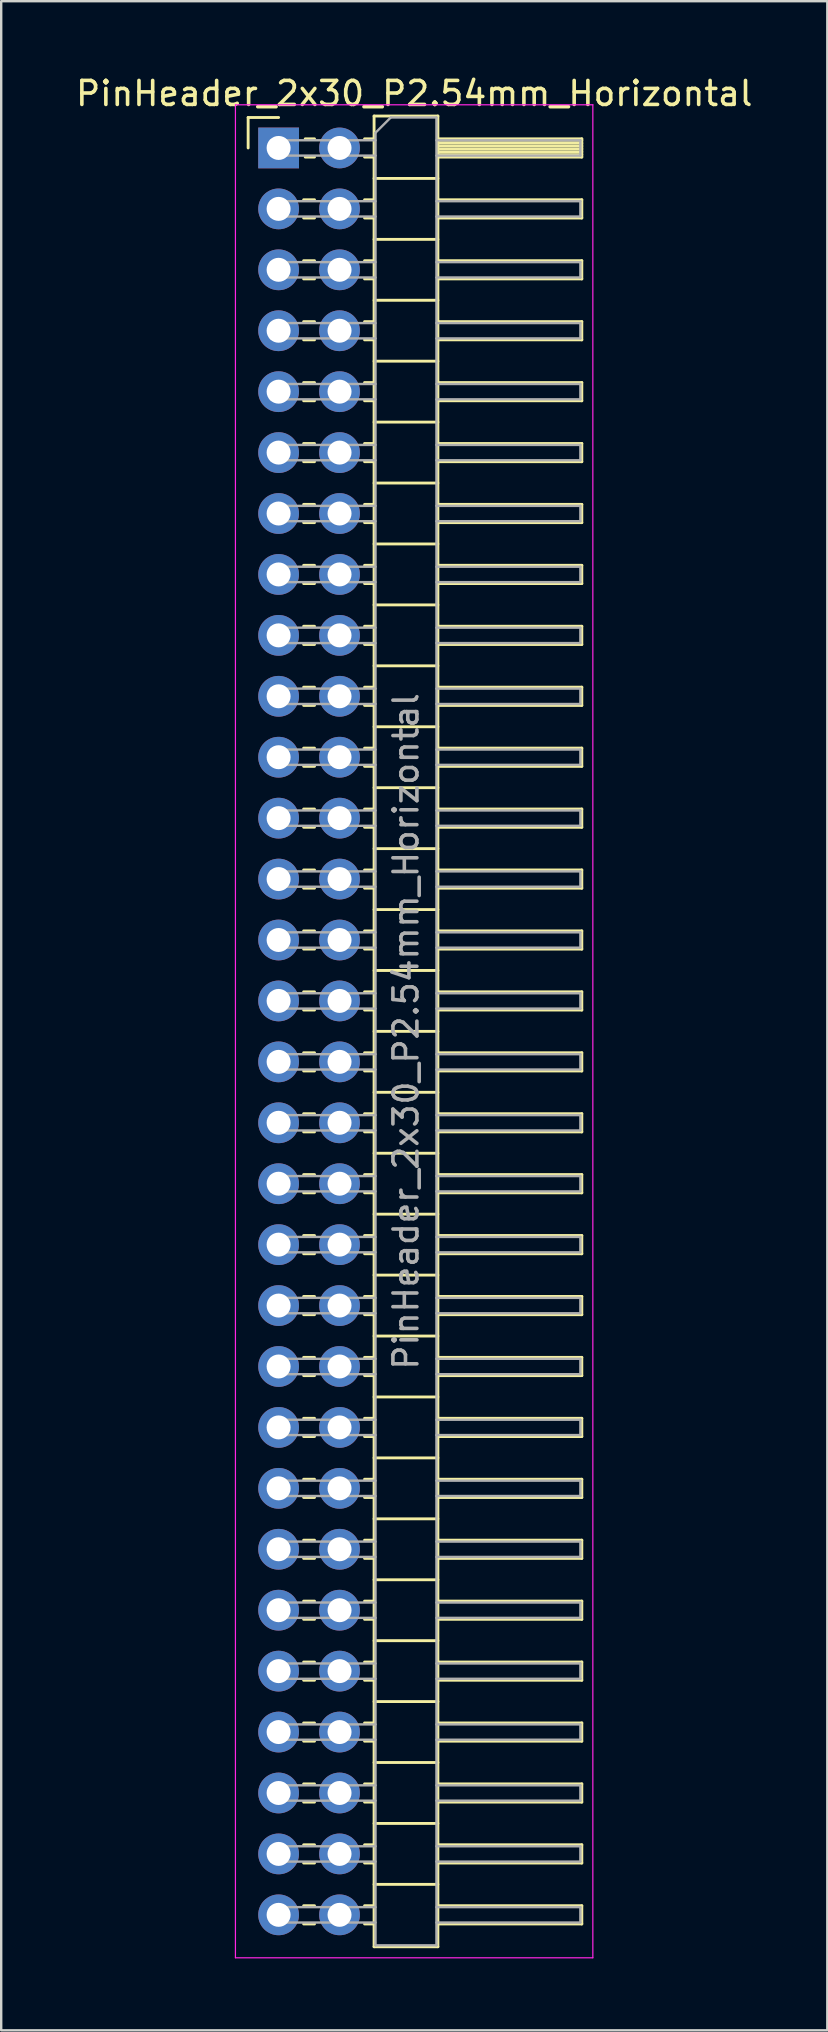
<source format=kicad_pcb>
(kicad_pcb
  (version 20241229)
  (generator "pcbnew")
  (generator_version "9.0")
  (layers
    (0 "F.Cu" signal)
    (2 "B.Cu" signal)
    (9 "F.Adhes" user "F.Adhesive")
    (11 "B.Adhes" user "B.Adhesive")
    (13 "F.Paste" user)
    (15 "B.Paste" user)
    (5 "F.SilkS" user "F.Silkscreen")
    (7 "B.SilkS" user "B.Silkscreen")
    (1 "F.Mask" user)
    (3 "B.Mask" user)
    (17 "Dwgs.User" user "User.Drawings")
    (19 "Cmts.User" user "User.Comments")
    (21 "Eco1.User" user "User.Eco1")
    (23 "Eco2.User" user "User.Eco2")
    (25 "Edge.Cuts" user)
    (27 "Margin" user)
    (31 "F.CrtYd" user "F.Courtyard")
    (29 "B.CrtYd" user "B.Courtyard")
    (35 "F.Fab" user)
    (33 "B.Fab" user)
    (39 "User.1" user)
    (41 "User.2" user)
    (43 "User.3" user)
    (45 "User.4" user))
  (footprint "PinHeader_2x30_P2.54mm_Horizontal"
    (layer "F.Cu")
    (at 8.565 3.118)
    (property "Reference" "PinHeader_2x30_P2.54mm_Horizontal" (at 5.655 -2.27 0) (layer "F.SilkS") (effects (font (size 1 1) (thickness 0.15))))
    (attr through_hole)
    (fp_line (start -1.27 -1.27) (end 0 -1.27) (stroke (width 0.12) (type solid)) (layer "F.SilkS"))
    (fp_line (start -1.27 0) (end -1.27 -1.27) (stroke (width 0.12) (type solid)) (layer "F.SilkS"))
    (fp_line (start 1.043 2.16) (end 1.497 2.16) (stroke (width 0.12) (type solid)) (layer "F.SilkS"))
    (fp_line (start 1.043 2.92) (end 1.497 2.92) (stroke (width 0.12) (type solid)) (layer "F.SilkS"))
    (fp_line (start 1.043 4.7) (end 1.497 4.7) (stroke (width 0.12) (type solid)) (layer "F.SilkS"))
    (fp_line (start 1.043 5.46) (end 1.497 5.46) (stroke (width 0.12) (type solid)) (layer "F.SilkS"))
    (fp_line (start 1.043 7.24) (end 1.497 7.24) (stroke (width 0.12) (type solid)) (layer "F.SilkS"))
    (fp_line (start 1.043 8) (end 1.497 8) (stroke (width 0.12) (type solid)) (layer "F.SilkS"))
    (fp_line (start 1.043 9.78) (end 1.497 9.78) (stroke (width 0.12) (type solid)) (layer "F.SilkS"))
    (fp_line (start 1.043 10.54) (end 1.497 10.54) (stroke (width 0.12) (type solid)) (layer "F.SilkS"))
    (fp_line (start 1.043 12.32) (end 1.497 12.32) (stroke (width 0.12) (type solid)) (layer "F.SilkS"))
    (fp_line (start 1.043 13.08) (end 1.497 13.08) (stroke (width 0.12) (type solid)) (layer "F.SilkS"))
    (fp_line (start 1.043 14.86) (end 1.497 14.86) (stroke (width 0.12) (type solid)) (layer "F.SilkS"))
    (fp_line (start 1.043 15.62) (end 1.497 15.62) (stroke (width 0.12) (type solid)) (layer "F.SilkS"))
    (fp_line (start 1.043 17.4) (end 1.497 17.4) (stroke (width 0.12) (type solid)) (layer "F.SilkS"))
    (fp_line (start 1.043 18.16) (end 1.497 18.16) (stroke (width 0.12) (type solid)) (layer "F.SilkS"))
    (fp_line (start 1.043 19.94) (end 1.497 19.94) (stroke (width 0.12) (type solid)) (layer "F.SilkS"))
    (fp_line (start 1.043 20.7) (end 1.497 20.7) (stroke (width 0.12) (type solid)) (layer "F.SilkS"))
    (fp_line (start 1.043 22.48) (end 1.497 22.48) (stroke (width 0.12) (type solid)) (layer "F.SilkS"))
    (fp_line (start 1.043 23.24) (end 1.497 23.24) (stroke (width 0.12) (type solid)) (layer "F.SilkS"))
    (fp_line (start 1.043 25.02) (end 1.497 25.02) (stroke (width 0.12) (type solid)) (layer "F.SilkS"))
    (fp_line (start 1.043 25.78) (end 1.497 25.78) (stroke (width 0.12) (type solid)) (layer "F.SilkS"))
    (fp_line (start 1.043 27.56) (end 1.497 27.56) (stroke (width 0.12) (type solid)) (layer "F.SilkS"))
    (fp_line (start 1.043 28.32) (end 1.497 28.32) (stroke (width 0.12) (type solid)) (layer "F.SilkS"))
    (fp_line (start 1.043 30.1) (end 1.497 30.1) (stroke (width 0.12) (type solid)) (layer "F.SilkS"))
    (fp_line (start 1.043 30.86) (end 1.497 30.86) (stroke (width 0.12) (type solid)) (layer "F.SilkS"))
    (fp_line (start 1.043 32.64) (end 1.497 32.64) (stroke (width 0.12) (type solid)) (layer "F.SilkS"))
    (fp_line (start 1.043 33.4) (end 1.497 33.4) (stroke (width 0.12) (type solid)) (layer "F.SilkS"))
    (fp_line (start 1.043 35.18) (end 1.497 35.18) (stroke (width 0.12) (type solid)) (layer "F.SilkS"))
    (fp_line (start 1.043 35.94) (end 1.497 35.94) (stroke (width 0.12) (type solid)) (layer "F.SilkS"))
    (fp_line (start 1.043 37.72) (end 1.497 37.72) (stroke (width 0.12) (type solid)) (layer "F.SilkS"))
    (fp_line (start 1.043 38.48) (end 1.497 38.48) (stroke (width 0.12) (type solid)) (layer "F.SilkS"))
    (fp_line (start 1.043 40.26) (end 1.497 40.26) (stroke (width 0.12) (type solid)) (layer "F.SilkS"))
    (fp_line (start 1.043 41.02) (end 1.497 41.02) (stroke (width 0.12) (type solid)) (layer "F.SilkS"))
    (fp_line (start 1.043 42.8) (end 1.497 42.8) (stroke (width 0.12) (type solid)) (layer "F.SilkS"))
    (fp_line (start 1.043 43.56) (end 1.497 43.56) (stroke (width 0.12) (type solid)) (layer "F.SilkS"))
    (fp_line (start 1.043 45.34) (end 1.497 45.34) (stroke (width 0.12) (type solid)) (layer "F.SilkS"))
    (fp_line (start 1.043 46.1) (end 1.497 46.1) (stroke (width 0.12) (type solid)) (layer "F.SilkS"))
    (fp_line (start 1.043 47.88) (end 1.497 47.88) (stroke (width 0.12) (type solid)) (layer "F.SilkS"))
    (fp_line (start 1.043 48.64) (end 1.497 48.64) (stroke (width 0.12) (type solid)) (layer "F.SilkS"))
    (fp_line (start 1.043 50.42) (end 1.497 50.42) (stroke (width 0.12) (type solid)) (layer "F.SilkS"))
    (fp_line (start 1.043 51.18) (end 1.497 51.18) (stroke (width 0.12) (type solid)) (layer "F.SilkS"))
    (fp_line (start 1.043 52.96) (end 1.497 52.96) (stroke (width 0.12) (type solid)) (layer "F.SilkS"))
    (fp_line (start 1.043 53.72) (end 1.497 53.72) (stroke (width 0.12) (type solid)) (layer "F.SilkS"))
    (fp_line (start 1.043 55.5) (end 1.497 55.5) (stroke (width 0.12) (type solid)) (layer "F.SilkS"))
    (fp_line (start 1.043 56.26) (end 1.497 56.26) (stroke (width 0.12) (type solid)) (layer "F.SilkS"))
    (fp_line (start 1.043 58.04) (end 1.497 58.04) (stroke (width 0.12) (type solid)) (layer "F.SilkS"))
    (fp_line (start 1.043 58.8) (end 1.497 58.8) (stroke (width 0.12) (type solid)) (layer "F.SilkS"))
    (fp_line (start 1.043 60.58) (end 1.497 60.58) (stroke (width 0.12) (type solid)) (layer "F.SilkS"))
    (fp_line (start 1.043 61.34) (end 1.497 61.34) (stroke (width 0.12) (type solid)) (layer "F.SilkS"))
    (fp_line (start 1.043 63.12) (end 1.497 63.12) (stroke (width 0.12) (type solid)) (layer "F.SilkS"))
    (fp_line (start 1.043 63.88) (end 1.497 63.88) (stroke (width 0.12) (type solid)) (layer "F.SilkS"))
    (fp_line (start 1.043 65.66) (end 1.497 65.66) (stroke (width 0.12) (type solid)) (layer "F.SilkS"))
    (fp_line (start 1.043 66.42) (end 1.497 66.42) (stroke (width 0.12) (type solid)) (layer "F.SilkS"))
    (fp_line (start 1.043 68.2) (end 1.497 68.2) (stroke (width 0.12) (type solid)) (layer "F.SilkS"))
    (fp_line (start 1.043 68.96) (end 1.497 68.96) (stroke (width 0.12) (type solid)) (layer "F.SilkS"))
    (fp_line (start 1.043 70.74) (end 1.497 70.74) (stroke (width 0.12) (type solid)) (layer "F.SilkS"))
    (fp_line (start 1.043 71.5) (end 1.497 71.5) (stroke (width 0.12) (type solid)) (layer "F.SilkS"))
    (fp_line (start 1.043 73.28) (end 1.497 73.28) (stroke (width 0.12) (type solid)) (layer "F.SilkS"))
    (fp_line (start 1.043 74.04) (end 1.497 74.04) (stroke (width 0.12) (type solid)) (layer "F.SilkS"))
    (fp_line (start 1.11 -0.38) (end 1.497 -0.38) (stroke (width 0.12) (type solid)) (layer "F.SilkS"))
    (fp_line (start 1.11 0.38) (end 1.497 0.38) (stroke (width 0.12) (type solid)) (layer "F.SilkS"))
    (fp_line (start 3.583 -0.38) (end 3.98 -0.38) (stroke (width 0.12) (type solid)) (layer "F.SilkS"))
    (fp_line (start 3.583 0.38) (end 3.98 0.38) (stroke (width 0.12) (type solid)) (layer "F.SilkS"))
    (fp_line (start 3.583 2.16) (end 3.98 2.16) (stroke (width 0.12) (type solid)) (layer "F.SilkS"))
    (fp_line (start 3.583 2.92) (end 3.98 2.92) (stroke (width 0.12) (type solid)) (layer "F.SilkS"))
    (fp_line (start 3.583 4.7) (end 3.98 4.7) (stroke (width 0.12) (type solid)) (layer "F.SilkS"))
    (fp_line (start 3.583 5.46) (end 3.98 5.46) (stroke (width 0.12) (type solid)) (layer "F.SilkS"))
    (fp_line (start 3.583 7.24) (end 3.98 7.24) (stroke (width 0.12) (type solid)) (layer "F.SilkS"))
    (fp_line (start 3.583 8) (end 3.98 8) (stroke (width 0.12) (type solid)) (layer "F.SilkS"))
    (fp_line (start 3.583 9.78) (end 3.98 9.78) (stroke (width 0.12) (type solid)) (layer "F.SilkS"))
    (fp_line (start 3.583 10.54) (end 3.98 10.54) (stroke (width 0.12) (type solid)) (layer "F.SilkS"))
    (fp_line (start 3.583 12.32) (end 3.98 12.32) (stroke (width 0.12) (type solid)) (layer "F.SilkS"))
    (fp_line (start 3.583 13.08) (end 3.98 13.08) (stroke (width 0.12) (type solid)) (layer "F.SilkS"))
    (fp_line (start 3.583 14.86) (end 3.98 14.86) (stroke (width 0.12) (type solid)) (layer "F.SilkS"))
    (fp_line (start 3.583 15.62) (end 3.98 15.62) (stroke (width 0.12) (type solid)) (layer "F.SilkS"))
    (fp_line (start 3.583 17.4) (end 3.98 17.4) (stroke (width 0.12) (type solid)) (layer "F.SilkS"))
    (fp_line (start 3.583 18.16) (end 3.98 18.16) (stroke (width 0.12) (type solid)) (layer "F.SilkS"))
    (fp_line (start 3.583 19.94) (end 3.98 19.94) (stroke (width 0.12) (type solid)) (layer "F.SilkS"))
    (fp_line (start 3.583 20.7) (end 3.98 20.7) (stroke (width 0.12) (type solid)) (layer "F.SilkS"))
    (fp_line (start 3.583 22.48) (end 3.98 22.48) (stroke (width 0.12) (type solid)) (layer "F.SilkS"))
    (fp_line (start 3.583 23.24) (end 3.98 23.24) (stroke (width 0.12) (type solid)) (layer "F.SilkS"))
    (fp_line (start 3.583 25.02) (end 3.98 25.02) (stroke (width 0.12) (type solid)) (layer "F.SilkS"))
    (fp_line (start 3.583 25.78) (end 3.98 25.78) (stroke (width 0.12) (type solid)) (layer "F.SilkS"))
    (fp_line (start 3.583 27.56) (end 3.98 27.56) (stroke (width 0.12) (type solid)) (layer "F.SilkS"))
    (fp_line (start 3.583 28.32) (end 3.98 28.32) (stroke (width 0.12) (type solid)) (layer "F.SilkS"))
    (fp_line (start 3.583 30.1) (end 3.98 30.1) (stroke (width 0.12) (type solid)) (layer "F.SilkS"))
    (fp_line (start 3.583 30.86) (end 3.98 30.86) (stroke (width 0.12) (type solid)) (layer "F.SilkS"))
    (fp_line (start 3.583 32.64) (end 3.98 32.64) (stroke (width 0.12) (type solid)) (layer "F.SilkS"))
    (fp_line (start 3.583 33.4) (end 3.98 33.4) (stroke (width 0.12) (type solid)) (layer "F.SilkS"))
    (fp_line (start 3.583 35.18) (end 3.98 35.18) (stroke (width 0.12) (type solid)) (layer "F.SilkS"))
    (fp_line (start 3.583 35.94) (end 3.98 35.94) (stroke (width 0.12) (type solid)) (layer "F.SilkS"))
    (fp_line (start 3.583 37.72) (end 3.98 37.72) (stroke (width 0.12) (type solid)) (layer "F.SilkS"))
    (fp_line (start 3.583 38.48) (end 3.98 38.48) (stroke (width 0.12) (type solid)) (layer "F.SilkS"))
    (fp_line (start 3.583 40.26) (end 3.98 40.26) (stroke (width 0.12) (type solid)) (layer "F.SilkS"))
    (fp_line (start 3.583 41.02) (end 3.98 41.02) (stroke (width 0.12) (type solid)) (layer "F.SilkS"))
    (fp_line (start 3.583 42.8) (end 3.98 42.8) (stroke (width 0.12) (type solid)) (layer "F.SilkS"))
    (fp_line (start 3.583 43.56) (end 3.98 43.56) (stroke (width 0.12) (type solid)) (layer "F.SilkS"))
    (fp_line (start 3.583 45.34) (end 3.98 45.34) (stroke (width 0.12) (type solid)) (layer "F.SilkS"))
    (fp_line (start 3.583 46.1) (end 3.98 46.1) (stroke (width 0.12) (type solid)) (layer "F.SilkS"))
    (fp_line (start 3.583 47.88) (end 3.98 47.88) (stroke (width 0.12) (type solid)) (layer "F.SilkS"))
    (fp_line (start 3.583 48.64) (end 3.98 48.64) (stroke (width 0.12) (type solid)) (layer "F.SilkS"))
    (fp_line (start 3.583 50.42) (end 3.98 50.42) (stroke (width 0.12) (type solid)) (layer "F.SilkS"))
    (fp_line (start 3.583 51.18) (end 3.98 51.18) (stroke (width 0.12) (type solid)) (layer "F.SilkS"))
    (fp_line (start 3.583 52.96) (end 3.98 52.96) (stroke (width 0.12) (type solid)) (layer "F.SilkS"))
    (fp_line (start 3.583 53.72) (end 3.98 53.72) (stroke (width 0.12) (type solid)) (layer "F.SilkS"))
    (fp_line (start 3.583 55.5) (end 3.98 55.5) (stroke (width 0.12) (type solid)) (layer "F.SilkS"))
    (fp_line (start 3.583 56.26) (end 3.98 56.26) (stroke (width 0.12) (type solid)) (layer "F.SilkS"))
    (fp_line (start 3.583 58.04) (end 3.98 58.04) (stroke (width 0.12) (type solid)) (layer "F.SilkS"))
    (fp_line (start 3.583 58.8) (end 3.98 58.8) (stroke (width 0.12) (type solid)) (layer "F.SilkS"))
    (fp_line (start 3.583 60.58) (end 3.98 60.58) (stroke (width 0.12) (type solid)) (layer "F.SilkS"))
    (fp_line (start 3.583 61.34) (end 3.98 61.34) (stroke (width 0.12) (type solid)) (layer "F.SilkS"))
    (fp_line (start 3.583 63.12) (end 3.98 63.12) (stroke (width 0.12) (type solid)) (layer "F.SilkS"))
    (fp_line (start 3.583 63.88) (end 3.98 63.88) (stroke (width 0.12) (type solid)) (layer "F.SilkS"))
    (fp_line (start 3.583 65.66) (end 3.98 65.66) (stroke (width 0.12) (type solid)) (layer "F.SilkS"))
    (fp_line (start 3.583 66.42) (end 3.98 66.42) (stroke (width 0.12) (type solid)) (layer "F.SilkS"))
    (fp_line (start 3.583 68.2) (end 3.98 68.2) (stroke (width 0.12) (type solid)) (layer "F.SilkS"))
    (fp_line (start 3.583 68.96) (end 3.98 68.96) (stroke (width 0.12) (type solid)) (layer "F.SilkS"))
    (fp_line (start 3.583 70.74) (end 3.98 70.74) (stroke (width 0.12) (type solid)) (layer "F.SilkS"))
    (fp_line (start 3.583 71.5) (end 3.98 71.5) (stroke (width 0.12) (type solid)) (layer "F.SilkS"))
    (fp_line (start 3.583 73.28) (end 3.98 73.28) (stroke (width 0.12) (type solid)) (layer "F.SilkS"))
    (fp_line (start 3.583 74.04) (end 3.98 74.04) (stroke (width 0.12) (type solid)) (layer "F.SilkS"))
    (fp_line (start 3.98 -1.33) (end 3.98 74.99) (stroke (width 0.12) (type solid)) (layer "F.SilkS"))
    (fp_line (start 3.98 1.27) (end 6.64 1.27) (stroke (width 0.12) (type solid)) (layer "F.SilkS"))
    (fp_line (start 3.98 3.81) (end 6.64 3.81) (stroke (width 0.12) (type solid)) (layer "F.SilkS"))
    (fp_line (start 3.98 6.35) (end 6.64 6.35) (stroke (width 0.12) (type solid)) (layer "F.SilkS"))
    (fp_line (start 3.98 8.89) (end 6.64 8.89) (stroke (width 0.12) (type solid)) (layer "F.SilkS"))
    (fp_line (start 3.98 11.43) (end 6.64 11.43) (stroke (width 0.12) (type solid)) (layer "F.SilkS"))
    (fp_line (start 3.98 13.97) (end 6.64 13.97) (stroke (width 0.12) (type solid)) (layer "F.SilkS"))
    (fp_line (start 3.98 16.51) (end 6.64 16.51) (stroke (width 0.12) (type solid)) (layer "F.SilkS"))
    (fp_line (start 3.98 19.05) (end 6.64 19.05) (stroke (width 0.12) (type solid)) (layer "F.SilkS"))
    (fp_line (start 3.98 21.59) (end 6.64 21.59) (stroke (width 0.12) (type solid)) (layer "F.SilkS"))
    (fp_line (start 3.98 24.13) (end 6.64 24.13) (stroke (width 0.12) (type solid)) (layer "F.SilkS"))
    (fp_line (start 3.98 26.67) (end 6.64 26.67) (stroke (width 0.12) (type solid)) (layer "F.SilkS"))
    (fp_line (start 3.98 29.21) (end 6.64 29.21) (stroke (width 0.12) (type solid)) (layer "F.SilkS"))
    (fp_line (start 3.98 31.75) (end 6.64 31.75) (stroke (width 0.12) (type solid)) (layer "F.SilkS"))
    (fp_line (start 3.98 34.29) (end 6.64 34.29) (stroke (width 0.12) (type solid)) (layer "F.SilkS"))
    (fp_line (start 3.98 36.83) (end 6.64 36.83) (stroke (width 0.12) (type solid)) (layer "F.SilkS"))
    (fp_line (start 3.98 39.37) (end 6.64 39.37) (stroke (width 0.12) (type solid)) (layer "F.SilkS"))
    (fp_line (start 3.98 41.91) (end 6.64 41.91) (stroke (width 0.12) (type solid)) (layer "F.SilkS"))
    (fp_line (start 3.98 44.45) (end 6.64 44.45) (stroke (width 0.12) (type solid)) (layer "F.SilkS"))
    (fp_line (start 3.98 46.99) (end 6.64 46.99) (stroke (width 0.12) (type solid)) (layer "F.SilkS"))
    (fp_line (start 3.98 49.53) (end 6.64 49.53) (stroke (width 0.12) (type solid)) (layer "F.SilkS"))
    (fp_line (start 3.98 52.07) (end 6.64 52.07) (stroke (width 0.12) (type solid)) (layer "F.SilkS"))
    (fp_line (start 3.98 54.61) (end 6.64 54.61) (stroke (width 0.12) (type solid)) (layer "F.SilkS"))
    (fp_line (start 3.98 57.15) (end 6.64 57.15) (stroke (width 0.12) (type solid)) (layer "F.SilkS"))
    (fp_line (start 3.98 59.69) (end 6.64 59.69) (stroke (width 0.12) (type solid)) (layer "F.SilkS"))
    (fp_line (start 3.98 62.23) (end 6.64 62.23) (stroke (width 0.12) (type solid)) (layer "F.SilkS"))
    (fp_line (start 3.98 64.77) (end 6.64 64.77) (stroke (width 0.12) (type solid)) (layer "F.SilkS"))
    (fp_line (start 3.98 67.31) (end 6.64 67.31) (stroke (width 0.12) (type solid)) (layer "F.SilkS"))
    (fp_line (start 3.98 69.85) (end 6.64 69.85) (stroke (width 0.12) (type solid)) (layer "F.SilkS"))
    (fp_line (start 3.98 72.39) (end 6.64 72.39) (stroke (width 0.12) (type solid)) (layer "F.SilkS"))
    (fp_line (start 3.98 74.99) (end 6.64 74.99) (stroke (width 0.12) (type solid)) (layer "F.SilkS"))
    (fp_line (start 6.64 -1.33) (end 3.98 -1.33) (stroke (width 0.12) (type solid)) (layer "F.SilkS"))
    (fp_line (start 6.64 -0.38) (end 12.64 -0.38) (stroke (width 0.12) (type solid)) (layer "F.SilkS"))
    (fp_line (start 6.64 -0.32) (end 12.64 -0.32) (stroke (width 0.12) (type solid)) (layer "F.SilkS"))
    (fp_line (start 6.64 -0.2) (end 12.64 -0.2) (stroke (width 0.12) (type solid)) (layer "F.SilkS"))
    (fp_line (start 6.64 -0.08) (end 12.64 -0.08) (stroke (width 0.12) (type solid)) (layer "F.SilkS"))
    (fp_line (start 6.64 0.04) (end 12.64 0.04) (stroke (width 0.12) (type solid)) (layer "F.SilkS"))
    (fp_line (start 6.64 0.16) (end 12.64 0.16) (stroke (width 0.12) (type solid)) (layer "F.SilkS"))
    (fp_line (start 6.64 0.28) (end 12.64 0.28) (stroke (width 0.12) (type solid)) (layer "F.SilkS"))
    (fp_line (start 6.64 2.16) (end 12.64 2.16) (stroke (width 0.12) (type solid)) (layer "F.SilkS"))
    (fp_line (start 6.64 4.7) (end 12.64 4.7) (stroke (width 0.12) (type solid)) (layer "F.SilkS"))
    (fp_line (start 6.64 7.24) (end 12.64 7.24) (stroke (width 0.12) (type solid)) (layer "F.SilkS"))
    (fp_line (start 6.64 9.78) (end 12.64 9.78) (stroke (width 0.12) (type solid)) (layer "F.SilkS"))
    (fp_line (start 6.64 12.32) (end 12.64 12.32) (stroke (width 0.12) (type solid)) (layer "F.SilkS"))
    (fp_line (start 6.64 14.86) (end 12.64 14.86) (stroke (width 0.12) (type solid)) (layer "F.SilkS"))
    (fp_line (start 6.64 17.4) (end 12.64 17.4) (stroke (width 0.12) (type solid)) (layer "F.SilkS"))
    (fp_line (start 6.64 19.94) (end 12.64 19.94) (stroke (width 0.12) (type solid)) (layer "F.SilkS"))
    (fp_line (start 6.64 22.48) (end 12.64 22.48) (stroke (width 0.12) (type solid)) (layer "F.SilkS"))
    (fp_line (start 6.64 25.02) (end 12.64 25.02) (stroke (width 0.12) (type solid)) (layer "F.SilkS"))
    (fp_line (start 6.64 27.56) (end 12.64 27.56) (stroke (width 0.12) (type solid)) (layer "F.SilkS"))
    (fp_line (start 6.64 30.1) (end 12.64 30.1) (stroke (width 0.12) (type solid)) (layer "F.SilkS"))
    (fp_line (start 6.64 32.64) (end 12.64 32.64) (stroke (width 0.12) (type solid)) (layer "F.SilkS"))
    (fp_line (start 6.64 35.18) (end 12.64 35.18) (stroke (width 0.12) (type solid)) (layer "F.SilkS"))
    (fp_line (start 6.64 37.72) (end 12.64 37.72) (stroke (width 0.12) (type solid)) (layer "F.SilkS"))
    (fp_line (start 6.64 40.26) (end 12.64 40.26) (stroke (width 0.12) (type solid)) (layer "F.SilkS"))
    (fp_line (start 6.64 42.8) (end 12.64 42.8) (stroke (width 0.12) (type solid)) (layer "F.SilkS"))
    (fp_line (start 6.64 45.34) (end 12.64 45.34) (stroke (width 0.12) (type solid)) (layer "F.SilkS"))
    (fp_line (start 6.64 47.88) (end 12.64 47.88) (stroke (width 0.12) (type solid)) (layer "F.SilkS"))
    (fp_line (start 6.64 50.42) (end 12.64 50.42) (stroke (width 0.12) (type solid)) (layer "F.SilkS"))
    (fp_line (start 6.64 52.96) (end 12.64 52.96) (stroke (width 0.12) (type solid)) (layer "F.SilkS"))
    (fp_line (start 6.64 55.5) (end 12.64 55.5) (stroke (width 0.12) (type solid)) (layer "F.SilkS"))
    (fp_line (start 6.64 58.04) (end 12.64 58.04) (stroke (width 0.12) (type solid)) (layer "F.SilkS"))
    (fp_line (start 6.64 60.58) (end 12.64 60.58) (stroke (width 0.12) (type solid)) (layer "F.SilkS"))
    (fp_line (start 6.64 63.12) (end 12.64 63.12) (stroke (width 0.12) (type solid)) (layer "F.SilkS"))
    (fp_line (start 6.64 65.66) (end 12.64 65.66) (stroke (width 0.12) (type solid)) (layer "F.SilkS"))
    (fp_line (start 6.64 68.2) (end 12.64 68.2) (stroke (width 0.12) (type solid)) (layer "F.SilkS"))
    (fp_line (start 6.64 70.74) (end 12.64 70.74) (stroke (width 0.12) (type solid)) (layer "F.SilkS"))
    (fp_line (start 6.64 73.28) (end 12.64 73.28) (stroke (width 0.12) (type solid)) (layer "F.SilkS"))
    (fp_line (start 6.64 74.99) (end 6.64 -1.33) (stroke (width 0.12) (type solid)) (layer "F.SilkS"))
    (fp_line (start 12.64 -0.38) (end 12.64 0.38) (stroke (width 0.12) (type solid)) (layer "F.SilkS"))
    (fp_line (start 12.64 0.38) (end 6.64 0.38) (stroke (width 0.12) (type solid)) (layer "F.SilkS"))
    (fp_line (start 12.64 2.16) (end 12.64 2.92) (stroke (width 0.12) (type solid)) (layer "F.SilkS"))
    (fp_line (start 12.64 2.92) (end 6.64 2.92) (stroke (width 0.12) (type solid)) (layer "F.SilkS"))
    (fp_line (start 12.64 4.7) (end 12.64 5.46) (stroke (width 0.12) (type solid)) (layer "F.SilkS"))
    (fp_line (start 12.64 5.46) (end 6.64 5.46) (stroke (width 0.12) (type solid)) (layer "F.SilkS"))
    (fp_line (start 12.64 7.24) (end 12.64 8) (stroke (width 0.12) (type solid)) (layer "F.SilkS"))
    (fp_line (start 12.64 8) (end 6.64 8) (stroke (width 0.12) (type solid)) (layer "F.SilkS"))
    (fp_line (start 12.64 9.78) (end 12.64 10.54) (stroke (width 0.12) (type solid)) (layer "F.SilkS"))
    (fp_line (start 12.64 10.54) (end 6.64 10.54) (stroke (width 0.12) (type solid)) (layer "F.SilkS"))
    (fp_line (start 12.64 12.32) (end 12.64 13.08) (stroke (width 0.12) (type solid)) (layer "F.SilkS"))
    (fp_line (start 12.64 13.08) (end 6.64 13.08) (stroke (width 0.12) (type solid)) (layer "F.SilkS"))
    (fp_line (start 12.64 14.86) (end 12.64 15.62) (stroke (width 0.12) (type solid)) (layer "F.SilkS"))
    (fp_line (start 12.64 15.62) (end 6.64 15.62) (stroke (width 0.12) (type solid)) (layer "F.SilkS"))
    (fp_line (start 12.64 17.4) (end 12.64 18.16) (stroke (width 0.12) (type solid)) (layer "F.SilkS"))
    (fp_line (start 12.64 18.16) (end 6.64 18.16) (stroke (width 0.12) (type solid)) (layer "F.SilkS"))
    (fp_line (start 12.64 19.94) (end 12.64 20.7) (stroke (width 0.12) (type solid)) (layer "F.SilkS"))
    (fp_line (start 12.64 20.7) (end 6.64 20.7) (stroke (width 0.12) (type solid)) (layer "F.SilkS"))
    (fp_line (start 12.64 22.48) (end 12.64 23.24) (stroke (width 0.12) (type solid)) (layer "F.SilkS"))
    (fp_line (start 12.64 23.24) (end 6.64 23.24) (stroke (width 0.12) (type solid)) (layer "F.SilkS"))
    (fp_line (start 12.64 25.02) (end 12.64 25.78) (stroke (width 0.12) (type solid)) (layer "F.SilkS"))
    (fp_line (start 12.64 25.78) (end 6.64 25.78) (stroke (width 0.12) (type solid)) (layer "F.SilkS"))
    (fp_line (start 12.64 27.56) (end 12.64 28.32) (stroke (width 0.12) (type solid)) (layer "F.SilkS"))
    (fp_line (start 12.64 28.32) (end 6.64 28.32) (stroke (width 0.12) (type solid)) (layer "F.SilkS"))
    (fp_line (start 12.64 30.1) (end 12.64 30.86) (stroke (width 0.12) (type solid)) (layer "F.SilkS"))
    (fp_line (start 12.64 30.86) (end 6.64 30.86) (stroke (width 0.12) (type solid)) (layer "F.SilkS"))
    (fp_line (start 12.64 32.64) (end 12.64 33.4) (stroke (width 0.12) (type solid)) (layer "F.SilkS"))
    (fp_line (start 12.64 33.4) (end 6.64 33.4) (stroke (width 0.12) (type solid)) (layer "F.SilkS"))
    (fp_line (start 12.64 35.18) (end 12.64 35.94) (stroke (width 0.12) (type solid)) (layer "F.SilkS"))
    (fp_line (start 12.64 35.94) (end 6.64 35.94) (stroke (width 0.12) (type solid)) (layer "F.SilkS"))
    (fp_line (start 12.64 37.72) (end 12.64 38.48) (stroke (width 0.12) (type solid)) (layer "F.SilkS"))
    (fp_line (start 12.64 38.48) (end 6.64 38.48) (stroke (width 0.12) (type solid)) (layer "F.SilkS"))
    (fp_line (start 12.64 40.26) (end 12.64 41.02) (stroke (width 0.12) (type solid)) (layer "F.SilkS"))
    (fp_line (start 12.64 41.02) (end 6.64 41.02) (stroke (width 0.12) (type solid)) (layer "F.SilkS"))
    (fp_line (start 12.64 42.8) (end 12.64 43.56) (stroke (width 0.12) (type solid)) (layer "F.SilkS"))
    (fp_line (start 12.64 43.56) (end 6.64 43.56) (stroke (width 0.12) (type solid)) (layer "F.SilkS"))
    (fp_line (start 12.64 45.34) (end 12.64 46.1) (stroke (width 0.12) (type solid)) (layer "F.SilkS"))
    (fp_line (start 12.64 46.1) (end 6.64 46.1) (stroke (width 0.12) (type solid)) (layer "F.SilkS"))
    (fp_line (start 12.64 47.88) (end 12.64 48.64) (stroke (width 0.12) (type solid)) (layer "F.SilkS"))
    (fp_line (start 12.64 48.64) (end 6.64 48.64) (stroke (width 0.12) (type solid)) (layer "F.SilkS"))
    (fp_line (start 12.64 50.42) (end 12.64 51.18) (stroke (width 0.12) (type solid)) (layer "F.SilkS"))
    (fp_line (start 12.64 51.18) (end 6.64 51.18) (stroke (width 0.12) (type solid)) (layer "F.SilkS"))
    (fp_line (start 12.64 52.96) (end 12.64 53.72) (stroke (width 0.12) (type solid)) (layer "F.SilkS"))
    (fp_line (start 12.64 53.72) (end 6.64 53.72) (stroke (width 0.12) (type solid)) (layer "F.SilkS"))
    (fp_line (start 12.64 55.5) (end 12.64 56.26) (stroke (width 0.12) (type solid)) (layer "F.SilkS"))
    (fp_line (start 12.64 56.26) (end 6.64 56.26) (stroke (width 0.12) (type solid)) (layer "F.SilkS"))
    (fp_line (start 12.64 58.04) (end 12.64 58.8) (stroke (width 0.12) (type solid)) (layer "F.SilkS"))
    (fp_line (start 12.64 58.8) (end 6.64 58.8) (stroke (width 0.12) (type solid)) (layer "F.SilkS"))
    (fp_line (start 12.64 60.58) (end 12.64 61.34) (stroke (width 0.12) (type solid)) (layer "F.SilkS"))
    (fp_line (start 12.64 61.34) (end 6.64 61.34) (stroke (width 0.12) (type solid)) (layer "F.SilkS"))
    (fp_line (start 12.64 63.12) (end 12.64 63.88) (stroke (width 0.12) (type solid)) (layer "F.SilkS"))
    (fp_line (start 12.64 63.88) (end 6.64 63.88) (stroke (width 0.12) (type solid)) (layer "F.SilkS"))
    (fp_line (start 12.64 65.66) (end 12.64 66.42) (stroke (width 0.12) (type solid)) (layer "F.SilkS"))
    (fp_line (start 12.64 66.42) (end 6.64 66.42) (stroke (width 0.12) (type solid)) (layer "F.SilkS"))
    (fp_line (start 12.64 68.2) (end 12.64 68.96) (stroke (width 0.12) (type solid)) (layer "F.SilkS"))
    (fp_line (start 12.64 68.96) (end 6.64 68.96) (stroke (width 0.12) (type solid)) (layer "F.SilkS"))
    (fp_line (start 12.64 70.74) (end 12.64 71.5) (stroke (width 0.12) (type solid)) (layer "F.SilkS"))
    (fp_line (start 12.64 71.5) (end 6.64 71.5) (stroke (width 0.12) (type solid)) (layer "F.SilkS"))
    (fp_line (start 12.64 73.28) (end 12.64 74.04) (stroke (width 0.12) (type solid)) (layer "F.SilkS"))
    (fp_line (start 12.64 74.04) (end 6.64 74.04) (stroke (width 0.12) (type solid)) (layer "F.SilkS"))
    (fp_line (start -1.8 -1.8) (end -1.8 75.45) (stroke (width 0.05) (type solid)) (layer "F.CrtYd"))
    (fp_line (start -1.8 75.45) (end 13.1 75.45) (stroke (width 0.05) (type solid)) (layer "F.CrtYd"))
    (fp_line (start 13.1 -1.8) (end -1.8 -1.8) (stroke (width 0.05) (type solid)) (layer "F.CrtYd"))
    (fp_line (start 13.1 75.45) (end 13.1 -1.8) (stroke (width 0.05) (type solid)) (layer "F.CrtYd"))
    (fp_line (start -0.32 -0.32) (end -0.32 0.32) (stroke (width 0.1) (type solid)) (layer "F.Fab"))
    (fp_line (start -0.32 -0.32) (end 4.04 -0.32) (stroke (width 0.1) (type solid)) (layer "F.Fab"))
    (fp_line (start -0.32 0.32) (end 4.04 0.32) (stroke (width 0.1) (type solid)) (layer "F.Fab"))
    (fp_line (start -0.32 2.22) (end -0.32 2.86) (stroke (width 0.1) (type solid)) (layer "F.Fab"))
    (fp_line (start -0.32 2.22) (end 4.04 2.22) (stroke (width 0.1) (type solid)) (layer "F.Fab"))
    (fp_line (start -0.32 2.86) (end 4.04 2.86) (stroke (width 0.1) (type solid)) (layer "F.Fab"))
    (fp_line (start -0.32 4.76) (end -0.32 5.4) (stroke (width 0.1) (type solid)) (layer "F.Fab"))
    (fp_line (start -0.32 4.76) (end 4.04 4.76) (stroke (width 0.1) (type solid)) (layer "F.Fab"))
    (fp_line (start -0.32 5.4) (end 4.04 5.4) (stroke (width 0.1) (type solid)) (layer "F.Fab"))
    (fp_line (start -0.32 7.3) (end -0.32 7.94) (stroke (width 0.1) (type solid)) (layer "F.Fab"))
    (fp_line (start -0.32 7.3) (end 4.04 7.3) (stroke (width 0.1) (type solid)) (layer "F.Fab"))
    (fp_line (start -0.32 7.94) (end 4.04 7.94) (stroke (width 0.1) (type solid)) (layer "F.Fab"))
    (fp_line (start -0.32 9.84) (end -0.32 10.48) (stroke (width 0.1) (type solid)) (layer "F.Fab"))
    (fp_line (start -0.32 9.84) (end 4.04 9.84) (stroke (width 0.1) (type solid)) (layer "F.Fab"))
    (fp_line (start -0.32 10.48) (end 4.04 10.48) (stroke (width 0.1) (type solid)) (layer "F.Fab"))
    (fp_line (start -0.32 12.38) (end -0.32 13.02) (stroke (width 0.1) (type solid)) (layer "F.Fab"))
    (fp_line (start -0.32 12.38) (end 4.04 12.38) (stroke (width 0.1) (type solid)) (layer "F.Fab"))
    (fp_line (start -0.32 13.02) (end 4.04 13.02) (stroke (width 0.1) (type solid)) (layer "F.Fab"))
    (fp_line (start -0.32 14.92) (end -0.32 15.56) (stroke (width 0.1) (type solid)) (layer "F.Fab"))
    (fp_line (start -0.32 14.92) (end 4.04 14.92) (stroke (width 0.1) (type solid)) (layer "F.Fab"))
    (fp_line (start -0.32 15.56) (end 4.04 15.56) (stroke (width 0.1) (type solid)) (layer "F.Fab"))
    (fp_line (start -0.32 17.46) (end -0.32 18.1) (stroke (width 0.1) (type solid)) (layer "F.Fab"))
    (fp_line (start -0.32 17.46) (end 4.04 17.46) (stroke (width 0.1) (type solid)) (layer "F.Fab"))
    (fp_line (start -0.32 18.1) (end 4.04 18.1) (stroke (width 0.1) (type solid)) (layer "F.Fab"))
    (fp_line (start -0.32 20) (end -0.32 20.64) (stroke (width 0.1) (type solid)) (layer "F.Fab"))
    (fp_line (start -0.32 20) (end 4.04 20) (stroke (width 0.1) (type solid)) (layer "F.Fab"))
    (fp_line (start -0.32 20.64) (end 4.04 20.64) (stroke (width 0.1) (type solid)) (layer "F.Fab"))
    (fp_line (start -0.32 22.54) (end -0.32 23.18) (stroke (width 0.1) (type solid)) (layer "F.Fab"))
    (fp_line (start -0.32 22.54) (end 4.04 22.54) (stroke (width 0.1) (type solid)) (layer "F.Fab"))
    (fp_line (start -0.32 23.18) (end 4.04 23.18) (stroke (width 0.1) (type solid)) (layer "F.Fab"))
    (fp_line (start -0.32 25.08) (end -0.32 25.72) (stroke (width 0.1) (type solid)) (layer "F.Fab"))
    (fp_line (start -0.32 25.08) (end 4.04 25.08) (stroke (width 0.1) (type solid)) (layer "F.Fab"))
    (fp_line (start -0.32 25.72) (end 4.04 25.72) (stroke (width 0.1) (type solid)) (layer "F.Fab"))
    (fp_line (start -0.32 27.62) (end -0.32 28.26) (stroke (width 0.1) (type solid)) (layer "F.Fab"))
    (fp_line (start -0.32 27.62) (end 4.04 27.62) (stroke (width 0.1) (type solid)) (layer "F.Fab"))
    (fp_line (start -0.32 28.26) (end 4.04 28.26) (stroke (width 0.1) (type solid)) (layer "F.Fab"))
    (fp_line (start -0.32 30.16) (end -0.32 30.8) (stroke (width 0.1) (type solid)) (layer "F.Fab"))
    (fp_line (start -0.32 30.16) (end 4.04 30.16) (stroke (width 0.1) (type solid)) (layer "F.Fab"))
    (fp_line (start -0.32 30.8) (end 4.04 30.8) (stroke (width 0.1) (type solid)) (layer "F.Fab"))
    (fp_line (start -0.32 32.7) (end -0.32 33.34) (stroke (width 0.1) (type solid)) (layer "F.Fab"))
    (fp_line (start -0.32 32.7) (end 4.04 32.7) (stroke (width 0.1) (type solid)) (layer "F.Fab"))
    (fp_line (start -0.32 33.34) (end 4.04 33.34) (stroke (width 0.1) (type solid)) (layer "F.Fab"))
    (fp_line (start -0.32 35.24) (end -0.32 35.88) (stroke (width 0.1) (type solid)) (layer "F.Fab"))
    (fp_line (start -0.32 35.24) (end 4.04 35.24) (stroke (width 0.1) (type solid)) (layer "F.Fab"))
    (fp_line (start -0.32 35.88) (end 4.04 35.88) (stroke (width 0.1) (type solid)) (layer "F.Fab"))
    (fp_line (start -0.32 37.78) (end -0.32 38.42) (stroke (width 0.1) (type solid)) (layer "F.Fab"))
    (fp_line (start -0.32 37.78) (end 4.04 37.78) (stroke (width 0.1) (type solid)) (layer "F.Fab"))
    (fp_line (start -0.32 38.42) (end 4.04 38.42) (stroke (width 0.1) (type solid)) (layer "F.Fab"))
    (fp_line (start -0.32 40.32) (end -0.32 40.96) (stroke (width 0.1) (type solid)) (layer "F.Fab"))
    (fp_line (start -0.32 40.32) (end 4.04 40.32) (stroke (width 0.1) (type solid)) (layer "F.Fab"))
    (fp_line (start -0.32 40.96) (end 4.04 40.96) (stroke (width 0.1) (type solid)) (layer "F.Fab"))
    (fp_line (start -0.32 42.86) (end -0.32 43.5) (stroke (width 0.1) (type solid)) (layer "F.Fab"))
    (fp_line (start -0.32 42.86) (end 4.04 42.86) (stroke (width 0.1) (type solid)) (layer "F.Fab"))
    (fp_line (start -0.32 43.5) (end 4.04 43.5) (stroke (width 0.1) (type solid)) (layer "F.Fab"))
    (fp_line (start -0.32 45.4) (end -0.32 46.04) (stroke (width 0.1) (type solid)) (layer "F.Fab"))
    (fp_line (start -0.32 45.4) (end 4.04 45.4) (stroke (width 0.1) (type solid)) (layer "F.Fab"))
    (fp_line (start -0.32 46.04) (end 4.04 46.04) (stroke (width 0.1) (type solid)) (layer "F.Fab"))
    (fp_line (start -0.32 47.94) (end -0.32 48.58) (stroke (width 0.1) (type solid)) (layer "F.Fab"))
    (fp_line (start -0.32 47.94) (end 4.04 47.94) (stroke (width 0.1) (type solid)) (layer "F.Fab"))
    (fp_line (start -0.32 48.58) (end 4.04 48.58) (stroke (width 0.1) (type solid)) (layer "F.Fab"))
    (fp_line (start -0.32 50.48) (end -0.32 51.12) (stroke (width 0.1) (type solid)) (layer "F.Fab"))
    (fp_line (start -0.32 50.48) (end 4.04 50.48) (stroke (width 0.1) (type solid)) (layer "F.Fab"))
    (fp_line (start -0.32 51.12) (end 4.04 51.12) (stroke (width 0.1) (type solid)) (layer "F.Fab"))
    (fp_line (start -0.32 53.02) (end -0.32 53.66) (stroke (width 0.1) (type solid)) (layer "F.Fab"))
    (fp_line (start -0.32 53.02) (end 4.04 53.02) (stroke (width 0.1) (type solid)) (layer "F.Fab"))
    (fp_line (start -0.32 53.66) (end 4.04 53.66) (stroke (width 0.1) (type solid)) (layer "F.Fab"))
    (fp_line (start -0.32 55.56) (end -0.32 56.2) (stroke (width 0.1) (type solid)) (layer "F.Fab"))
    (fp_line (start -0.32 55.56) (end 4.04 55.56) (stroke (width 0.1) (type solid)) (layer "F.Fab"))
    (fp_line (start -0.32 56.2) (end 4.04 56.2) (stroke (width 0.1) (type solid)) (layer "F.Fab"))
    (fp_line (start -0.32 58.1) (end -0.32 58.74) (stroke (width 0.1) (type solid)) (layer "F.Fab"))
    (fp_line (start -0.32 58.1) (end 4.04 58.1) (stroke (width 0.1) (type solid)) (layer "F.Fab"))
    (fp_line (start -0.32 58.74) (end 4.04 58.74) (stroke (width 0.1) (type solid)) (layer "F.Fab"))
    (fp_line (start -0.32 60.64) (end -0.32 61.28) (stroke (width 0.1) (type solid)) (layer "F.Fab"))
    (fp_line (start -0.32 60.64) (end 4.04 60.64) (stroke (width 0.1) (type solid)) (layer "F.Fab"))
    (fp_line (start -0.32 61.28) (end 4.04 61.28) (stroke (width 0.1) (type solid)) (layer "F.Fab"))
    (fp_line (start -0.32 63.18) (end -0.32 63.82) (stroke (width 0.1) (type solid)) (layer "F.Fab"))
    (fp_line (start -0.32 63.18) (end 4.04 63.18) (stroke (width 0.1) (type solid)) (layer "F.Fab"))
    (fp_line (start -0.32 63.82) (end 4.04 63.82) (stroke (width 0.1) (type solid)) (layer "F.Fab"))
    (fp_line (start -0.32 65.72) (end -0.32 66.36) (stroke (width 0.1) (type solid)) (layer "F.Fab"))
    (fp_line (start -0.32 65.72) (end 4.04 65.72) (stroke (width 0.1) (type solid)) (layer "F.Fab"))
    (fp_line (start -0.32 66.36) (end 4.04 66.36) (stroke (width 0.1) (type solid)) (layer "F.Fab"))
    (fp_line (start -0.32 68.26) (end -0.32 68.9) (stroke (width 0.1) (type solid)) (layer "F.Fab"))
    (fp_line (start -0.32 68.26) (end 4.04 68.26) (stroke (width 0.1) (type solid)) (layer "F.Fab"))
    (fp_line (start -0.32 68.9) (end 4.04 68.9) (stroke (width 0.1) (type solid)) (layer "F.Fab"))
    (fp_line (start -0.32 70.8) (end -0.32 71.44) (stroke (width 0.1) (type solid)) (layer "F.Fab"))
    (fp_line (start -0.32 70.8) (end 4.04 70.8) (stroke (width 0.1) (type solid)) (layer "F.Fab"))
    (fp_line (start -0.32 71.44) (end 4.04 71.44) (stroke (width 0.1) (type solid)) (layer "F.Fab"))
    (fp_line (start -0.32 73.34) (end -0.32 73.98) (stroke (width 0.1) (type solid)) (layer "F.Fab"))
    (fp_line (start -0.32 73.34) (end 4.04 73.34) (stroke (width 0.1) (type solid)) (layer "F.Fab"))
    (fp_line (start -0.32 73.98) (end 4.04 73.98) (stroke (width 0.1) (type solid)) (layer "F.Fab"))
    (fp_line (start 4.04 -0.635) (end 4.675 -1.27) (stroke (width 0.1) (type solid)) (layer "F.Fab"))
    (fp_line (start 4.04 74.93) (end 4.04 -0.635) (stroke (width 0.1) (type solid)) (layer "F.Fab"))
    (fp_line (start 4.675 -1.27) (end 6.58 -1.27) (stroke (width 0.1) (type solid)) (layer "F.Fab"))
    (fp_line (start 6.58 -1.27) (end 6.58 74.93) (stroke (width 0.1) (type solid)) (layer "F.Fab"))
    (fp_line (start 6.58 -0.32) (end 12.58 -0.32) (stroke (width 0.1) (type solid)) (layer "F.Fab"))
    (fp_line (start 6.58 0.32) (end 12.58 0.32) (stroke (width 0.1) (type solid)) (layer "F.Fab"))
    (fp_line (start 6.58 2.22) (end 12.58 2.22) (stroke (width 0.1) (type solid)) (layer "F.Fab"))
    (fp_line (start 6.58 2.86) (end 12.58 2.86) (stroke (width 0.1) (type solid)) (layer "F.Fab"))
    (fp_line (start 6.58 4.76) (end 12.58 4.76) (stroke (width 0.1) (type solid)) (layer "F.Fab"))
    (fp_line (start 6.58 5.4) (end 12.58 5.4) (stroke (width 0.1) (type solid)) (layer "F.Fab"))
    (fp_line (start 6.58 7.3) (end 12.58 7.3) (stroke (width 0.1) (type solid)) (layer "F.Fab"))
    (fp_line (start 6.58 7.94) (end 12.58 7.94) (stroke (width 0.1) (type solid)) (layer "F.Fab"))
    (fp_line (start 6.58 9.84) (end 12.58 9.84) (stroke (width 0.1) (type solid)) (layer "F.Fab"))
    (fp_line (start 6.58 10.48) (end 12.58 10.48) (stroke (width 0.1) (type solid)) (layer "F.Fab"))
    (fp_line (start 6.58 12.38) (end 12.58 12.38) (stroke (width 0.1) (type solid)) (layer "F.Fab"))
    (fp_line (start 6.58 13.02) (end 12.58 13.02) (stroke (width 0.1) (type solid)) (layer "F.Fab"))
    (fp_line (start 6.58 14.92) (end 12.58 14.92) (stroke (width 0.1) (type solid)) (layer "F.Fab"))
    (fp_line (start 6.58 15.56) (end 12.58 15.56) (stroke (width 0.1) (type solid)) (layer "F.Fab"))
    (fp_line (start 6.58 17.46) (end 12.58 17.46) (stroke (width 0.1) (type solid)) (layer "F.Fab"))
    (fp_line (start 6.58 18.1) (end 12.58 18.1) (stroke (width 0.1) (type solid)) (layer "F.Fab"))
    (fp_line (start 6.58 20) (end 12.58 20) (stroke (width 0.1) (type solid)) (layer "F.Fab"))
    (fp_line (start 6.58 20.64) (end 12.58 20.64) (stroke (width 0.1) (type solid)) (layer "F.Fab"))
    (fp_line (start 6.58 22.54) (end 12.58 22.54) (stroke (width 0.1) (type solid)) (layer "F.Fab"))
    (fp_line (start 6.58 23.18) (end 12.58 23.18) (stroke (width 0.1) (type solid)) (layer "F.Fab"))
    (fp_line (start 6.58 25.08) (end 12.58 25.08) (stroke (width 0.1) (type solid)) (layer "F.Fab"))
    (fp_line (start 6.58 25.72) (end 12.58 25.72) (stroke (width 0.1) (type solid)) (layer "F.Fab"))
    (fp_line (start 6.58 27.62) (end 12.58 27.62) (stroke (width 0.1) (type solid)) (layer "F.Fab"))
    (fp_line (start 6.58 28.26) (end 12.58 28.26) (stroke (width 0.1) (type solid)) (layer "F.Fab"))
    (fp_line (start 6.58 30.16) (end 12.58 30.16) (stroke (width 0.1) (type solid)) (layer "F.Fab"))
    (fp_line (start 6.58 30.8) (end 12.58 30.8) (stroke (width 0.1) (type solid)) (layer "F.Fab"))
    (fp_line (start 6.58 32.7) (end 12.58 32.7) (stroke (width 0.1) (type solid)) (layer "F.Fab"))
    (fp_line (start 6.58 33.34) (end 12.58 33.34) (stroke (width 0.1) (type solid)) (layer "F.Fab"))
    (fp_line (start 6.58 35.24) (end 12.58 35.24) (stroke (width 0.1) (type solid)) (layer "F.Fab"))
    (fp_line (start 6.58 35.88) (end 12.58 35.88) (stroke (width 0.1) (type solid)) (layer "F.Fab"))
    (fp_line (start 6.58 37.78) (end 12.58 37.78) (stroke (width 0.1) (type solid)) (layer "F.Fab"))
    (fp_line (start 6.58 38.42) (end 12.58 38.42) (stroke (width 0.1) (type solid)) (layer "F.Fab"))
    (fp_line (start 6.58 40.32) (end 12.58 40.32) (stroke (width 0.1) (type solid)) (layer "F.Fab"))
    (fp_line (start 6.58 40.96) (end 12.58 40.96) (stroke (width 0.1) (type solid)) (layer "F.Fab"))
    (fp_line (start 6.58 42.86) (end 12.58 42.86) (stroke (width 0.1) (type solid)) (layer "F.Fab"))
    (fp_line (start 6.58 43.5) (end 12.58 43.5) (stroke (width 0.1) (type solid)) (layer "F.Fab"))
    (fp_line (start 6.58 45.4) (end 12.58 45.4) (stroke (width 0.1) (type solid)) (layer "F.Fab"))
    (fp_line (start 6.58 46.04) (end 12.58 46.04) (stroke (width 0.1) (type solid)) (layer "F.Fab"))
    (fp_line (start 6.58 47.94) (end 12.58 47.94) (stroke (width 0.1) (type solid)) (layer "F.Fab"))
    (fp_line (start 6.58 48.58) (end 12.58 48.58) (stroke (width 0.1) (type solid)) (layer "F.Fab"))
    (fp_line (start 6.58 50.48) (end 12.58 50.48) (stroke (width 0.1) (type solid)) (layer "F.Fab"))
    (fp_line (start 6.58 51.12) (end 12.58 51.12) (stroke (width 0.1) (type solid)) (layer "F.Fab"))
    (fp_line (start 6.58 53.02) (end 12.58 53.02) (stroke (width 0.1) (type solid)) (layer "F.Fab"))
    (fp_line (start 6.58 53.66) (end 12.58 53.66) (stroke (width 0.1) (type solid)) (layer "F.Fab"))
    (fp_line (start 6.58 55.56) (end 12.58 55.56) (stroke (width 0.1) (type solid)) (layer "F.Fab"))
    (fp_line (start 6.58 56.2) (end 12.58 56.2) (stroke (width 0.1) (type solid)) (layer "F.Fab"))
    (fp_line (start 6.58 58.1) (end 12.58 58.1) (stroke (width 0.1) (type solid)) (layer "F.Fab"))
    (fp_line (start 6.58 58.74) (end 12.58 58.74) (stroke (width 0.1) (type solid)) (layer "F.Fab"))
    (fp_line (start 6.58 60.64) (end 12.58 60.64) (stroke (width 0.1) (type solid)) (layer "F.Fab"))
    (fp_line (start 6.58 61.28) (end 12.58 61.28) (stroke (width 0.1) (type solid)) (layer "F.Fab"))
    (fp_line (start 6.58 63.18) (end 12.58 63.18) (stroke (width 0.1) (type solid)) (layer "F.Fab"))
    (fp_line (start 6.58 63.82) (end 12.58 63.82) (stroke (width 0.1) (type solid)) (layer "F.Fab"))
    (fp_line (start 6.58 65.72) (end 12.58 65.72) (stroke (width 0.1) (type solid)) (layer "F.Fab"))
    (fp_line (start 6.58 66.36) (end 12.58 66.36) (stroke (width 0.1) (type solid)) (layer "F.Fab"))
    (fp_line (start 6.58 68.26) (end 12.58 68.26) (stroke (width 0.1) (type solid)) (layer "F.Fab"))
    (fp_line (start 6.58 68.9) (end 12.58 68.9) (stroke (width 0.1) (type solid)) (layer "F.Fab"))
    (fp_line (start 6.58 70.8) (end 12.58 70.8) (stroke (width 0.1) (type solid)) (layer "F.Fab"))
    (fp_line (start 6.58 71.44) (end 12.58 71.44) (stroke (width 0.1) (type solid)) (layer "F.Fab"))
    (fp_line (start 6.58 73.34) (end 12.58 73.34) (stroke (width 0.1) (type solid)) (layer "F.Fab"))
    (fp_line (start 6.58 73.98) (end 12.58 73.98) (stroke (width 0.1) (type solid)) (layer "F.Fab"))
    (fp_line (start 6.58 74.93) (end 4.04 74.93) (stroke (width 0.1) (type solid)) (layer "F.Fab"))
    (fp_line (start 12.58 -0.32) (end 12.58 0.32) (stroke (width 0.1) (type solid)) (layer "F.Fab"))
    (fp_line (start 12.58 2.22) (end 12.58 2.86) (stroke (width 0.1) (type solid)) (layer "F.Fab"))
    (fp_line (start 12.58 4.76) (end 12.58 5.4) (stroke (width 0.1) (type solid)) (layer "F.Fab"))
    (fp_line (start 12.58 7.3) (end 12.58 7.94) (stroke (width 0.1) (type solid)) (layer "F.Fab"))
    (fp_line (start 12.58 9.84) (end 12.58 10.48) (stroke (width 0.1) (type solid)) (layer "F.Fab"))
    (fp_line (start 12.58 12.38) (end 12.58 13.02) (stroke (width 0.1) (type solid)) (layer "F.Fab"))
    (fp_line (start 12.58 14.92) (end 12.58 15.56) (stroke (width 0.1) (type solid)) (layer "F.Fab"))
    (fp_line (start 12.58 17.46) (end 12.58 18.1) (stroke (width 0.1) (type solid)) (layer "F.Fab"))
    (fp_line (start 12.58 20) (end 12.58 20.64) (stroke (width 0.1) (type solid)) (layer "F.Fab"))
    (fp_line (start 12.58 22.54) (end 12.58 23.18) (stroke (width 0.1) (type solid)) (layer "F.Fab"))
    (fp_line (start 12.58 25.08) (end 12.58 25.72) (stroke (width 0.1) (type solid)) (layer "F.Fab"))
    (fp_line (start 12.58 27.62) (end 12.58 28.26) (stroke (width 0.1) (type solid)) (layer "F.Fab"))
    (fp_line (start 12.58 30.16) (end 12.58 30.8) (stroke (width 0.1) (type solid)) (layer "F.Fab"))
    (fp_line (start 12.58 32.7) (end 12.58 33.34) (stroke (width 0.1) (type solid)) (layer "F.Fab"))
    (fp_line (start 12.58 35.24) (end 12.58 35.88) (stroke (width 0.1) (type solid)) (layer "F.Fab"))
    (fp_line (start 12.58 37.78) (end 12.58 38.42) (stroke (width 0.1) (type solid)) (layer "F.Fab"))
    (fp_line (start 12.58 40.32) (end 12.58 40.96) (stroke (width 0.1) (type solid)) (layer "F.Fab"))
    (fp_line (start 12.58 42.86) (end 12.58 43.5) (stroke (width 0.1) (type solid)) (layer "F.Fab"))
    (fp_line (start 12.58 45.4) (end 12.58 46.04) (stroke (width 0.1) (type solid)) (layer "F.Fab"))
    (fp_line (start 12.58 47.94) (end 12.58 48.58) (stroke (width 0.1) (type solid)) (layer "F.Fab"))
    (fp_line (start 12.58 50.48) (end 12.58 51.12) (stroke (width 0.1) (type solid)) (layer "F.Fab"))
    (fp_line (start 12.58 53.02) (end 12.58 53.66) (stroke (width 0.1) (type solid)) (layer "F.Fab"))
    (fp_line (start 12.58 55.56) (end 12.58 56.2) (stroke (width 0.1) (type solid)) (layer "F.Fab"))
    (fp_line (start 12.58 58.1) (end 12.58 58.74) (stroke (width 0.1) (type solid)) (layer "F.Fab"))
    (fp_line (start 12.58 60.64) (end 12.58 61.28) (stroke (width 0.1) (type solid)) (layer "F.Fab"))
    (fp_line (start 12.58 63.18) (end 12.58 63.82) (stroke (width 0.1) (type solid)) (layer "F.Fab"))
    (fp_line (start 12.58 65.72) (end 12.58 66.36) (stroke (width 0.1) (type solid)) (layer "F.Fab"))
    (fp_line (start 12.58 68.26) (end 12.58 68.9) (stroke (width 0.1) (type solid)) (layer "F.Fab"))
    (fp_line (start 12.58 70.8) (end 12.58 71.44) (stroke (width 0.1) (type solid)) (layer "F.Fab"))
    (fp_line (start 12.58 73.34) (end 12.58 73.98) (stroke (width 0.1) (type solid)) (layer "F.Fab"))
    (fp_text user "${REFERENCE}" (at 5.31 36.83 90) (layer "F.Fab") (effects (font (size 1 1) (thickness 0.15))))
    (pad "1" thru_hole rect (at 0 0) (size 1.7 1.7) (drill 1) (layers "*.Cu" "*.Mask"))
    (pad "2" thru_hole oval (at 2.54 0) (size 1.7 1.7) (drill 1) (layers "*.Cu" "*.Mask"))
    (pad "3" thru_hole oval (at 0 2.54) (size 1.7 1.7) (drill 1) (layers "*.Cu" "*.Mask"))
    (pad "4" thru_hole oval (at 2.54 2.54) (size 1.7 1.7) (drill 1) (layers "*.Cu" "*.Mask"))
    (pad "5" thru_hole oval (at 0 5.08) (size 1.7 1.7) (drill 1) (layers "*.Cu" "*.Mask"))
    (pad "6" thru_hole oval (at 2.54 5.08) (size 1.7 1.7) (drill 1) (layers "*.Cu" "*.Mask"))
    (pad "7" thru_hole oval (at 0 7.62) (size 1.7 1.7) (drill 1) (layers "*.Cu" "*.Mask"))
    (pad "8" thru_hole oval (at 2.54 7.62) (size 1.7 1.7) (drill 1) (layers "*.Cu" "*.Mask"))
    (pad "9" thru_hole oval (at 0 10.16) (size 1.7 1.7) (drill 1) (layers "*.Cu" "*.Mask"))
    (pad "10" thru_hole oval (at 2.54 10.16) (size 1.7 1.7) (drill 1) (layers "*.Cu" "*.Mask"))
    (pad "11" thru_hole oval (at 0 12.7) (size 1.7 1.7) (drill 1) (layers "*.Cu" "*.Mask"))
    (pad "12" thru_hole oval (at 2.54 12.7) (size 1.7 1.7) (drill 1) (layers "*.Cu" "*.Mask"))
    (pad "13" thru_hole oval (at 0 15.24) (size 1.7 1.7) (drill 1) (layers "*.Cu" "*.Mask"))
    (pad "14" thru_hole oval (at 2.54 15.24) (size 1.7 1.7) (drill 1) (layers "*.Cu" "*.Mask"))
    (pad "15" thru_hole oval (at 0 17.78) (size 1.7 1.7) (drill 1) (layers "*.Cu" "*.Mask"))
    (pad "16" thru_hole oval (at 2.54 17.78) (size 1.7 1.7) (drill 1) (layers "*.Cu" "*.Mask"))
    (pad "17" thru_hole oval (at 0 20.32) (size 1.7 1.7) (drill 1) (layers "*.Cu" "*.Mask"))
    (pad "18" thru_hole oval (at 2.54 20.32) (size 1.7 1.7) (drill 1) (layers "*.Cu" "*.Mask"))
    (pad "19" thru_hole oval (at 0 22.86) (size 1.7 1.7) (drill 1) (layers "*.Cu" "*.Mask"))
    (pad "20" thru_hole oval (at 2.54 22.86) (size 1.7 1.7) (drill 1) (layers "*.Cu" "*.Mask"))
    (pad "21" thru_hole oval (at 0 25.4) (size 1.7 1.7) (drill 1) (layers "*.Cu" "*.Mask"))
    (pad "22" thru_hole oval (at 2.54 25.4) (size 1.7 1.7) (drill 1) (layers "*.Cu" "*.Mask"))
    (pad "23" thru_hole oval (at 0 27.94) (size 1.7 1.7) (drill 1) (layers "*.Cu" "*.Mask"))
    (pad "24" thru_hole oval (at 2.54 27.94) (size 1.7 1.7) (drill 1) (layers "*.Cu" "*.Mask"))
    (pad "25" thru_hole oval (at 0 30.48) (size 1.7 1.7) (drill 1) (layers "*.Cu" "*.Mask"))
    (pad "26" thru_hole oval (at 2.54 30.48) (size 1.7 1.7) (drill 1) (layers "*.Cu" "*.Mask"))
    (pad "27" thru_hole oval (at 0 33.02) (size 1.7 1.7) (drill 1) (layers "*.Cu" "*.Mask"))
    (pad "28" thru_hole oval (at 2.54 33.02) (size 1.7 1.7) (drill 1) (layers "*.Cu" "*.Mask"))
    (pad "29" thru_hole oval (at 0 35.56) (size 1.7 1.7) (drill 1) (layers "*.Cu" "*.Mask"))
    (pad "30" thru_hole oval (at 2.54 35.56) (size 1.7 1.7) (drill 1) (layers "*.Cu" "*.Mask"))
    (pad "31" thru_hole oval (at 0 38.1) (size 1.7 1.7) (drill 1) (layers "*.Cu" "*.Mask"))
    (pad "32" thru_hole oval (at 2.54 38.1) (size 1.7 1.7) (drill 1) (layers "*.Cu" "*.Mask"))
    (pad "33" thru_hole oval (at 0 40.64) (size 1.7 1.7) (drill 1) (layers "*.Cu" "*.Mask"))
    (pad "34" thru_hole oval (at 2.54 40.64) (size 1.7 1.7) (drill 1) (layers "*.Cu" "*.Mask"))
    (pad "35" thru_hole oval (at 0 43.18) (size 1.7 1.7) (drill 1) (layers "*.Cu" "*.Mask"))
    (pad "36" thru_hole oval (at 2.54 43.18) (size 1.7 1.7) (drill 1) (layers "*.Cu" "*.Mask"))
    (pad "37" thru_hole oval (at 0 45.72) (size 1.7 1.7) (drill 1) (layers "*.Cu" "*.Mask"))
    (pad "38" thru_hole oval (at 2.54 45.72) (size 1.7 1.7) (drill 1) (layers "*.Cu" "*.Mask"))
    (pad "39" thru_hole oval (at 0 48.26) (size 1.7 1.7) (drill 1) (layers "*.Cu" "*.Mask"))
    (pad "40" thru_hole oval (at 2.54 48.26) (size 1.7 1.7) (drill 1) (layers "*.Cu" "*.Mask"))
    (pad "41" thru_hole oval (at 0 50.8) (size 1.7 1.7) (drill 1) (layers "*.Cu" "*.Mask"))
    (pad "42" thru_hole oval (at 2.54 50.8) (size 1.7 1.7) (drill 1) (layers "*.Cu" "*.Mask"))
    (pad "43" thru_hole oval (at 0 53.34) (size 1.7 1.7) (drill 1) (layers "*.Cu" "*.Mask"))
    (pad "44" thru_hole oval (at 2.54 53.34) (size 1.7 1.7) (drill 1) (layers "*.Cu" "*.Mask"))
    (pad "45" thru_hole oval (at 0 55.88) (size 1.7 1.7) (drill 1) (layers "*.Cu" "*.Mask"))
    (pad "46" thru_hole oval (at 2.54 55.88) (size 1.7 1.7) (drill 1) (layers "*.Cu" "*.Mask"))
    (pad "47" thru_hole oval (at 0 58.42) (size 1.7 1.7) (drill 1) (layers "*.Cu" "*.Mask"))
    (pad "48" thru_hole oval (at 2.54 58.42) (size 1.7 1.7) (drill 1) (layers "*.Cu" "*.Mask"))
    (pad "49" thru_hole oval (at 0 60.96) (size 1.7 1.7) (drill 1) (layers "*.Cu" "*.Mask"))
    (pad "50" thru_hole oval (at 2.54 60.96) (size 1.7 1.7) (drill 1) (layers "*.Cu" "*.Mask"))
    (pad "51" thru_hole oval (at 0 63.5) (size 1.7 1.7) (drill 1) (layers "*.Cu" "*.Mask"))
    (pad "52" thru_hole oval (at 2.54 63.5) (size 1.7 1.7) (drill 1) (layers "*.Cu" "*.Mask"))
    (pad "53" thru_hole oval (at 0 66.04) (size 1.7 1.7) (drill 1) (layers "*.Cu" "*.Mask"))
    (pad "54" thru_hole oval (at 2.54 66.04) (size 1.7 1.7) (drill 1) (layers "*.Cu" "*.Mask"))
    (pad "55" thru_hole oval (at 0 68.58) (size 1.7 1.7) (drill 1) (layers "*.Cu" "*.Mask"))
    (pad "56" thru_hole oval (at 2.54 68.58) (size 1.7 1.7) (drill 1) (layers "*.Cu" "*.Mask"))
    (pad "57" thru_hole oval (at 0 71.12) (size 1.7 1.7) (drill 1) (layers "*.Cu" "*.Mask"))
    (pad "58" thru_hole oval (at 2.54 71.12) (size 1.7 1.7) (drill 1) (layers "*.Cu" "*.Mask"))
    (pad "59" thru_hole oval (at 0 73.66) (size 1.7 1.7) (drill 1) (layers "*.Cu" "*.Mask"))
    (pad "60" thru_hole oval (at 2.54 73.66) (size 1.7 1.7) (drill 1) (layers "*.Cu" "*.Mask")))
  (gr_rect
    (start -3 -3)
    (end 31.44 81.593)
    (stroke (width 0.1) (type default))
    (fill no)
    (layer "Edge.Cuts")))
</source>
